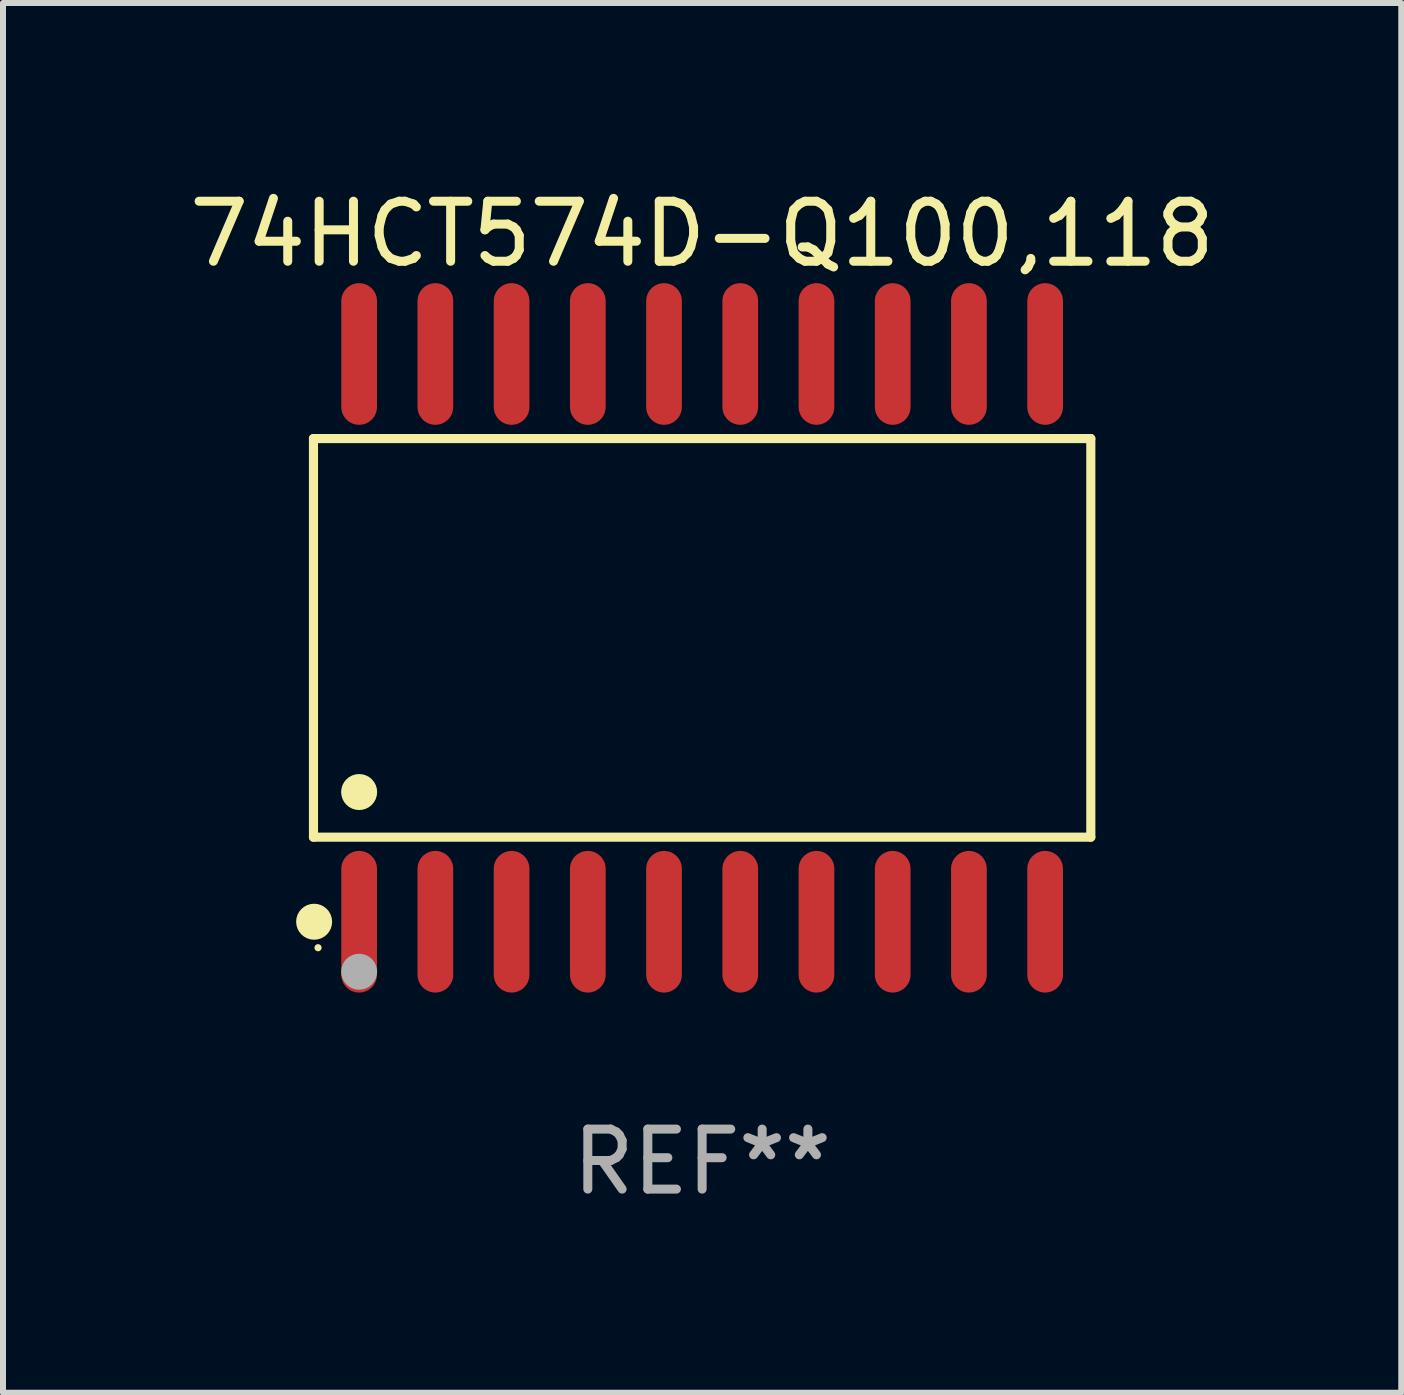
<source format=kicad_pcb>
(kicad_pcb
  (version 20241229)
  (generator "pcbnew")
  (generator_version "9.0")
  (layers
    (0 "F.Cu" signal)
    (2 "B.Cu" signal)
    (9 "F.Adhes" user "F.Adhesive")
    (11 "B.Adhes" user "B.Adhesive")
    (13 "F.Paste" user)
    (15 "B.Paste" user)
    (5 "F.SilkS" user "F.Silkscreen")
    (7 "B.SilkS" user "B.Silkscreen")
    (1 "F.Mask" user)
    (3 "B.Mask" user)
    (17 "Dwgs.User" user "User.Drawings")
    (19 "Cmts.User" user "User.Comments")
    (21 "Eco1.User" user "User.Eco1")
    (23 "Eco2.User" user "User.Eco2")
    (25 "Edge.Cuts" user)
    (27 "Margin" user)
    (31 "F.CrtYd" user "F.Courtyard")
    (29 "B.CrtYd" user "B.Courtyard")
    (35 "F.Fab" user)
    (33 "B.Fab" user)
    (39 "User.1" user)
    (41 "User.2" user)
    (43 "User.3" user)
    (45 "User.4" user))
  (footprint "74HCT574D-Q100,118"
    (layer "F.Cu")
    (at 8.649 7.578)
    (property "Reference" "74HCT574D-Q100,118" (at 0 -6.73 0) (layer "F.SilkS") (effects (font (size 1 1) (thickness 0.15))))
    (attr through_hole)
    (fp_line (start -6.476 -3.321) (end 6.476 -3.321) (stroke (width 0.152) (type solid)) (layer "F.SilkS"))
    (fp_line (start -6.476 3.321) (end -6.476 -3.321) (stroke (width 0.152) (type solid)) (layer "F.SilkS"))
    (fp_line (start 6.476 -3.321) (end 6.476 3.321) (stroke (width 0.152) (type solid)) (layer "F.SilkS"))
    (fp_line (start 6.476 3.321) (end -6.476 3.321) (stroke (width 0.152) (type solid)) (layer "F.SilkS"))
    (fp_circle (center -6.465 4.73) (end -6.315 4.73) (stroke (width 0.3) (type solid)) (fill no) (layer "F.SilkS"))
    (fp_circle (center -6.4 5.163) (end -6.37 5.163) (stroke (width 0.06) (type solid)) (fill no) (layer "F.SilkS"))
    (fp_circle (center -5.715 2.569) (end -5.565 2.569) (stroke (width 0.3) (type solid)) (fill no) (layer "F.SilkS"))
    (fp_circle (center -5.715 5.563) (end -5.565 5.563) (stroke (width 0.3) (type solid)) (fill no) (layer "F.Fab"))
    (fp_text user "REF**" (at 0 8.73 0) (layer "F.Fab") (effects (font (size 1 1) (thickness 0.15))))
    (pad "1" smd oval (at -5.715 4.73) (size 0.595 2.36) (layers "F.Cu" "F.Mask" "F.Paste"))
    (pad "2" smd oval (at -4.445 4.73) (size 0.595 2.36) (layers "F.Cu" "F.Mask" "F.Paste"))
    (pad "3" smd oval (at -3.175 4.73) (size 0.595 2.36) (layers "F.Cu" "F.Mask" "F.Paste"))
    (pad "4" smd oval (at -1.905 4.73) (size 0.595 2.36) (layers "F.Cu" "F.Mask" "F.Paste"))
    (pad "5" smd oval (at -0.635 4.73) (size 0.595 2.36) (layers "F.Cu" "F.Mask" "F.Paste"))
    (pad "6" smd oval (at 0.635 4.73) (size 0.595 2.36) (layers "F.Cu" "F.Mask" "F.Paste"))
    (pad "7" smd oval (at 1.905 4.73) (size 0.595 2.36) (layers "F.Cu" "F.Mask" "F.Paste"))
    (pad "8" smd oval (at 3.175 4.73) (size 0.595 2.36) (layers "F.Cu" "F.Mask" "F.Paste"))
    (pad "9" smd oval (at 4.445 4.73) (size 0.595 2.36) (layers "F.Cu" "F.Mask" "F.Paste"))
    (pad "10" smd oval (at 5.715 4.73) (size 0.595 2.36) (layers "F.Cu" "F.Mask" "F.Paste"))
    (pad "11" smd oval (at 5.715 -4.73) (size 0.595 2.36) (layers "F.Cu" "F.Mask" "F.Paste"))
    (pad "12" smd oval (at 4.445 -4.73) (size 0.595 2.36) (layers "F.Cu" "F.Mask" "F.Paste"))
    (pad "13" smd oval (at 3.175 -4.73) (size 0.595 2.36) (layers "F.Cu" "F.Mask" "F.Paste"))
    (pad "14" smd oval (at 1.905 -4.73) (size 0.595 2.36) (layers "F.Cu" "F.Mask" "F.Paste"))
    (pad "15" smd oval (at 0.635 -4.73) (size 0.595 2.36) (layers "F.Cu" "F.Mask" "F.Paste"))
    (pad "16" smd oval (at -0.635 -4.73) (size 0.595 2.36) (layers "F.Cu" "F.Mask" "F.Paste"))
    (pad "17" smd oval (at -1.905 -4.73) (size 0.595 2.36) (layers "F.Cu" "F.Mask" "F.Paste"))
    (pad "18" smd oval (at -3.175 -4.73) (size 0.595 2.36) (layers "F.Cu" "F.Mask" "F.Paste"))
    (pad "19" smd oval (at -4.445 -4.73) (size 0.595 2.36) (layers "F.Cu" "F.Mask" "F.Paste"))
    (pad "20" smd oval (at -5.715 -4.73) (size 0.595 2.36) (layers "F.Cu" "F.Mask" "F.Paste")))
  (gr_rect
    (start -3 -3)
    (end 20.298 20.156)
    (stroke (width 0.1) (type default))
    (fill no)
    (layer "Edge.Cuts")))
</source>
